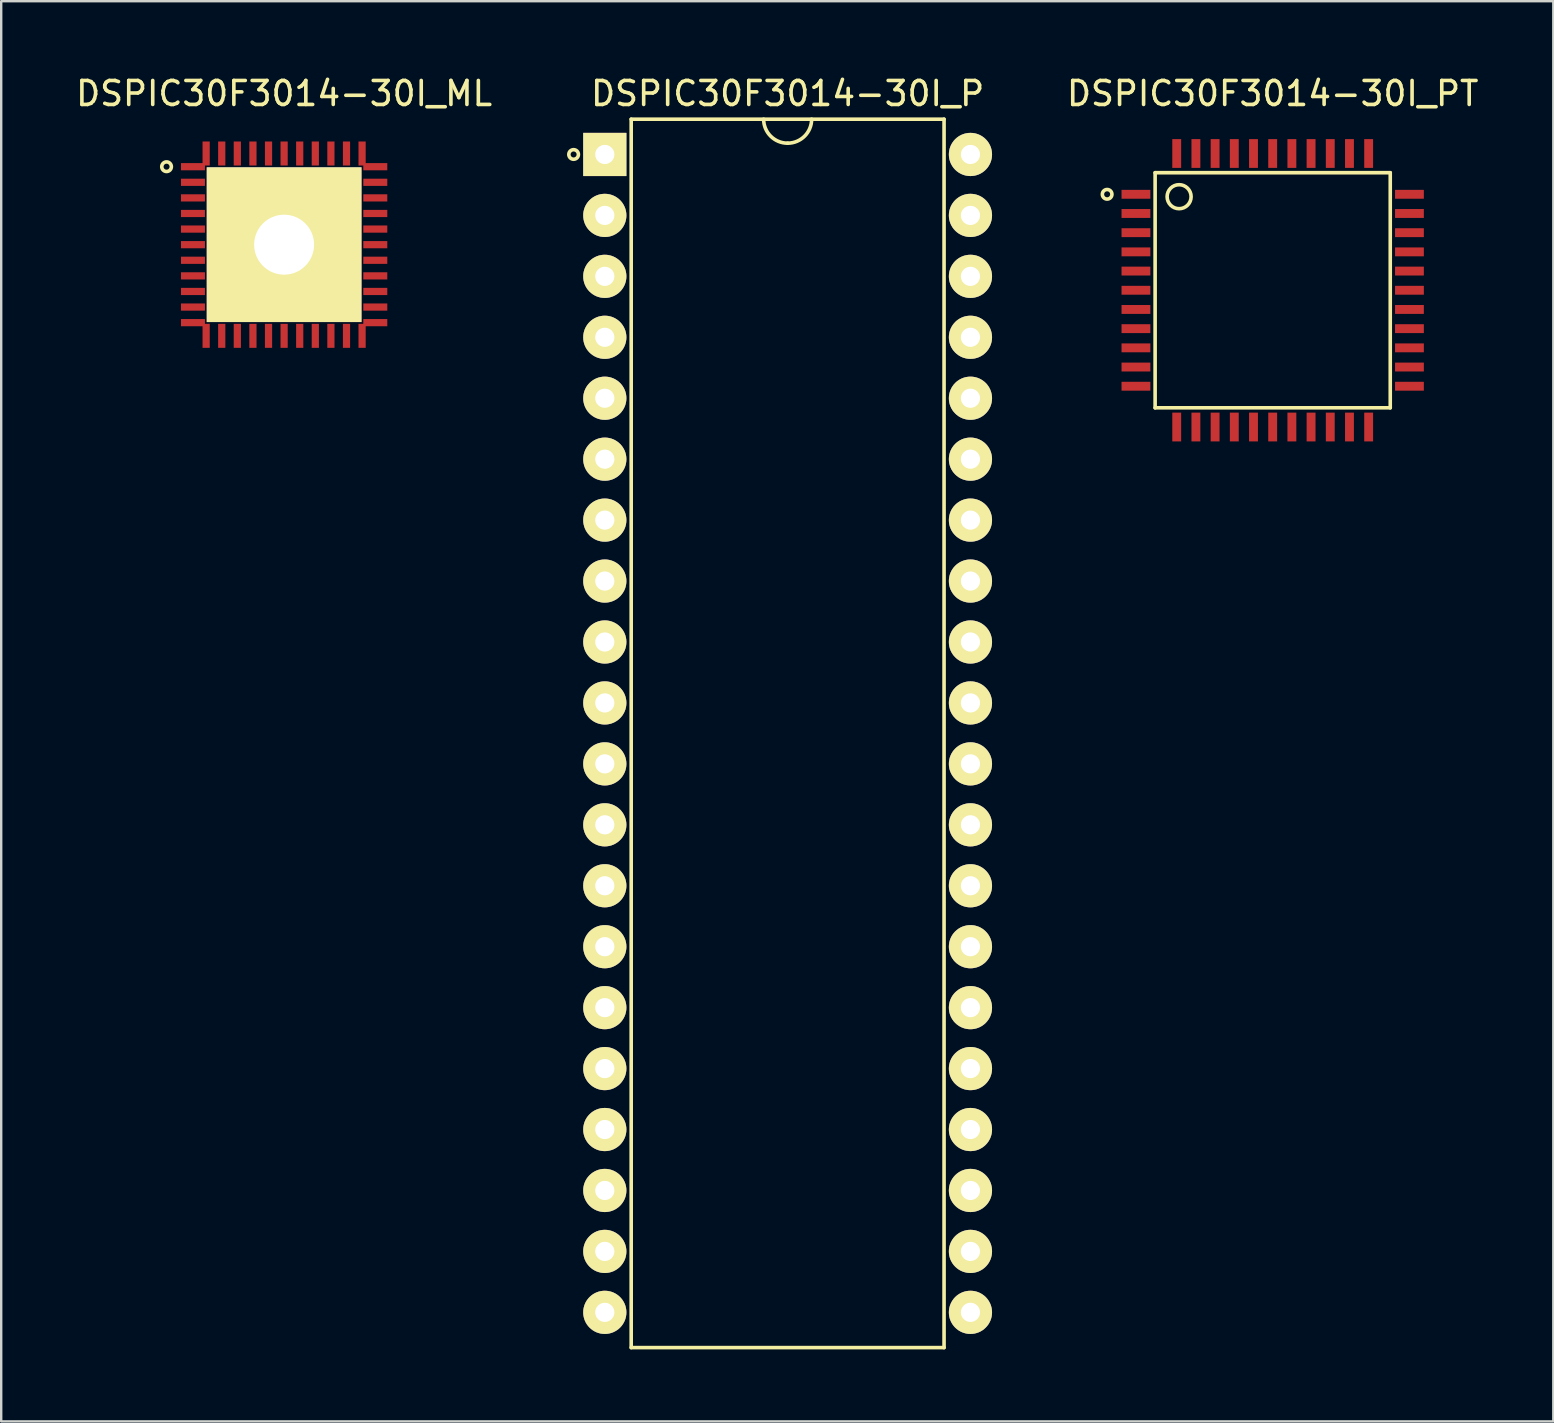
<source format=kicad_pcb>
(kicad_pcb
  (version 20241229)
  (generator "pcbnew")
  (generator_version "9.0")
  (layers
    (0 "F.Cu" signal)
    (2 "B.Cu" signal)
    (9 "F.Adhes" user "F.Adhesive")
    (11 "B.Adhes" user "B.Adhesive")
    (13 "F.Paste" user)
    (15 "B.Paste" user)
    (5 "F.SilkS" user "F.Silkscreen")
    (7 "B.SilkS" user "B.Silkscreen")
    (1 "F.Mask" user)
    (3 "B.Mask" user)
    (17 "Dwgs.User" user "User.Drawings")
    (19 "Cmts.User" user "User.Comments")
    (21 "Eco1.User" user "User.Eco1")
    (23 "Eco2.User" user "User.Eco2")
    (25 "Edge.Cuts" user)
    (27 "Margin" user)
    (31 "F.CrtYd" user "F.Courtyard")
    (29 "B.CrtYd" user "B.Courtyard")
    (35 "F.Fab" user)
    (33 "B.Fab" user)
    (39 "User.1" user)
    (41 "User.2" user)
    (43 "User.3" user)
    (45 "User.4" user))
  (footprint "DSPIC30F3014-30I_P"
    (layer "F.Cu")
    (at 22.158 3.388)
    (property "Reference" "DSPIC30F3014-30I_P" (at 7.62 -2.54 0) (layer "F.SilkS") (effects (font (size 1 1) (thickness 0.15))))
    (attr through_hole)
    (fp_line (start 1.1 -1.47) (end 14.14 -1.47) (stroke (width 0.15) (type solid)) (layer "F.SilkS"))
    (fp_line (start 1.1 49.73) (end 1.1 -1.47) (stroke (width 0.15) (type solid)) (layer "F.SilkS"))
    (fp_line (start 14.14 -1.47) (end 14.14 49.73) (stroke (width 0.15) (type solid)) (layer "F.SilkS"))
    (fp_line (start 14.14 49.73) (end 1.1 49.73) (stroke (width 0.15) (type solid)) (layer "F.SilkS"))
    (fp_arc (start 7.62 -0.47) (mid 6.912893 -0.762893) (end 6.62 -1.47) (stroke (width 0.15) (type solid)) (layer "F.SilkS"))
    (fp_arc (start 8.62 -1.47) (mid 8.327107 -0.762893) (end 7.62 -0.47) (stroke (width 0.15) (type solid)) (layer "F.SilkS"))
    (fp_circle (center -1.3 0) (end -1.3 0.2) (stroke (width 0.15) (type solid)) (fill no) (layer "F.SilkS"))
    (pad "1" thru_hole rect (at 0 0) (size 1.8 1.8) (drill 0.8) (layers "*.Cu" "*.Mask" "F.SilkS"))
    (pad "2" thru_hole circle (at 0 2.54) (size 1.8 1.8) (drill 0.8) (layers "*.Cu" "*.Mask" "F.SilkS"))
    (pad "3" thru_hole circle (at 0 5.08) (size 1.8 1.8) (drill 0.8) (layers "*.Cu" "*.Mask" "F.SilkS"))
    (pad "4" thru_hole circle (at 0 7.62) (size 1.8 1.8) (drill 0.8) (layers "*.Cu" "*.Mask" "F.SilkS"))
    (pad "5" thru_hole circle (at 0 10.16) (size 1.8 1.8) (drill 0.8) (layers "*.Cu" "*.Mask" "F.SilkS"))
    (pad "6" thru_hole circle (at 0 12.7) (size 1.8 1.8) (drill 0.8) (layers "*.Cu" "*.Mask" "F.SilkS"))
    (pad "7" thru_hole circle (at 0 15.24) (size 1.8 1.8) (drill 0.8) (layers "*.Cu" "*.Mask" "F.SilkS"))
    (pad "8" thru_hole circle (at 0 17.78) (size 1.8 1.8) (drill 0.8) (layers "*.Cu" "*.Mask" "F.SilkS"))
    (pad "9" thru_hole circle (at 0 20.32) (size 1.8 1.8) (drill 0.8) (layers "*.Cu" "*.Mask" "F.SilkS"))
    (pad "10" thru_hole circle (at 0 22.86) (size 1.8 1.8) (drill 0.8) (layers "*.Cu" "*.Mask" "F.SilkS"))
    (pad "11" thru_hole circle (at 0 25.4) (size 1.8 1.8) (drill 0.8) (layers "*.Cu" "*.Mask" "F.SilkS"))
    (pad "12" thru_hole circle (at 0 27.94) (size 1.8 1.8) (drill 0.8) (layers "*.Cu" "*.Mask" "F.SilkS"))
    (pad "13" thru_hole circle (at 0 30.48) (size 1.8 1.8) (drill 0.8) (layers "*.Cu" "*.Mask" "F.SilkS"))
    (pad "14" thru_hole circle (at 0 33.02) (size 1.8 1.8) (drill 0.8) (layers "*.Cu" "*.Mask" "F.SilkS"))
    (pad "15" thru_hole circle (at 0 35.56) (size 1.8 1.8) (drill 0.8) (layers "*.Cu" "*.Mask" "F.SilkS"))
    (pad "16" thru_hole circle (at 0 38.1) (size 1.8 1.8) (drill 0.8) (layers "*.Cu" "*.Mask" "F.SilkS"))
    (pad "17" thru_hole circle (at 0 40.64) (size 1.8 1.8) (drill 0.8) (layers "*.Cu" "*.Mask" "F.SilkS"))
    (pad "18" thru_hole circle (at 0 43.18) (size 1.8 1.8) (drill 0.8) (layers "*.Cu" "*.Mask" "F.SilkS"))
    (pad "19" thru_hole circle (at 0 45.72) (size 1.8 1.8) (drill 0.8) (layers "*.Cu" "*.Mask" "F.SilkS"))
    (pad "20" thru_hole circle (at 0 48.26) (size 1.8 1.8) (drill 0.8) (layers "*.Cu" "*.Mask" "F.SilkS"))
    (pad "21" thru_hole circle (at 15.24 48.26) (size 1.8 1.8) (drill 0.8) (layers "*.Cu" "*.Mask" "F.SilkS"))
    (pad "22" thru_hole circle (at 15.24 45.72) (size 1.8 1.8) (drill 0.8) (layers "*.Cu" "*.Mask" "F.SilkS"))
    (pad "23" thru_hole circle (at 15.24 43.18) (size 1.8 1.8) (drill 0.8) (layers "*.Cu" "*.Mask" "F.SilkS"))
    (pad "24" thru_hole circle (at 15.24 40.64) (size 1.8 1.8) (drill 0.8) (layers "*.Cu" "*.Mask" "F.SilkS"))
    (pad "25" thru_hole circle (at 15.24 38.1) (size 1.8 1.8) (drill 0.8) (layers "*.Cu" "*.Mask" "F.SilkS"))
    (pad "26" thru_hole circle (at 15.24 35.56) (size 1.8 1.8) (drill 0.8) (layers "*.Cu" "*.Mask" "F.SilkS"))
    (pad "27" thru_hole circle (at 15.24 33.02) (size 1.8 1.8) (drill 0.8) (layers "*.Cu" "*.Mask" "F.SilkS"))
    (pad "28" thru_hole circle (at 15.24 30.48) (size 1.8 1.8) (drill 0.8) (layers "*.Cu" "*.Mask" "F.SilkS"))
    (pad "29" thru_hole circle (at 15.24 27.94) (size 1.8 1.8) (drill 0.8) (layers "*.Cu" "*.Mask" "F.SilkS"))
    (pad "30" thru_hole circle (at 15.24 25.4) (size 1.8 1.8) (drill 0.8) (layers "*.Cu" "*.Mask" "F.SilkS"))
    (pad "31" thru_hole circle (at 15.24 22.86) (size 1.8 1.8) (drill 0.8) (layers "*.Cu" "*.Mask" "F.SilkS"))
    (pad "32" thru_hole circle (at 15.24 20.32) (size 1.8 1.8) (drill 0.8) (layers "*.Cu" "*.Mask" "F.SilkS"))
    (pad "33" thru_hole circle (at 15.24 17.78) (size 1.8 1.8) (drill 0.8) (layers "*.Cu" "*.Mask" "F.SilkS"))
    (pad "34" thru_hole circle (at 15.24 15.24) (size 1.8 1.8) (drill 0.8) (layers "*.Cu" "*.Mask" "F.SilkS"))
    (pad "35" thru_hole circle (at 15.24 12.7) (size 1.8 1.8) (drill 0.8) (layers "*.Cu" "*.Mask" "F.SilkS"))
    (pad "36" thru_hole circle (at 15.24 10.16) (size 1.8 1.8) (drill 0.8) (layers "*.Cu" "*.Mask" "F.SilkS"))
    (pad "37" thru_hole circle (at 15.24 7.62) (size 1.8 1.8) (drill 0.8) (layers "*.Cu" "*.Mask" "F.SilkS"))
    (pad "38" thru_hole circle (at 15.24 5.08) (size 1.8 1.8) (drill 0.8) (layers "*.Cu" "*.Mask" "F.SilkS"))
    (pad "39" thru_hole circle (at 15.24 2.54) (size 1.8 1.8) (drill 0.8) (layers "*.Cu" "*.Mask" "F.SilkS"))
    (pad "40" thru_hole circle (at 15.24 0) (size 1.8 1.8) (drill 0.8) (layers "*.Cu" "*.Mask" "F.SilkS")))
  (footprint "DSPIC30F3014-30I_ML"
    (layer "F.Cu")
    (at 4.992 3.348)
    (property "Reference" "DSPIC30F3014-30I_ML" (at 3.8 -2.5 0) (layer "F.SilkS") (effects (font (size 1 1) (thickness 0.15))))
    (attr through_hole)
    (fp_line (start 0.7 0.7) (end 0.7 6.9) (stroke (width 0.15) (type solid)) (layer "F.SilkS"))
    (fp_line (start 0.7 0.7) (end 6.9 0.7) (stroke (width 0.15) (type solid)) (layer "F.SilkS"))
    (fp_line (start 0.7 6.9) (end 6.9 6.9) (stroke (width 0.15) (type solid)) (layer "F.SilkS"))
    (fp_line (start 6.9 6.9) (end 6.9 0.7) (stroke (width 0.15) (type solid)) (layer "F.SilkS"))
    (fp_circle (center -1.1 0.55) (end -1.1 0.35) (stroke (width 0.15) (type solid)) (fill no) (layer "F.SilkS"))
    (fp_circle (center 1.7 1.7) (end 1.7 1.2) (stroke (width 0.15) (type solid)) (fill no) (layer "F.SilkS"))
    (pad "1" smd rect (at 0 0.55) (size 1 0.3) (layers "F.Cu" "F.Mask" "F.Paste"))
    (pad "2" smd rect (at 0 1.2) (size 1 0.3) (layers "F.Cu" "F.Mask" "F.Paste"))
    (pad "3" smd rect (at 0 1.85) (size 1 0.3) (layers "F.Cu" "F.Mask" "F.Paste"))
    (pad "4" smd rect (at 0 2.5) (size 1 0.3) (layers "F.Cu" "F.Mask" "F.Paste"))
    (pad "5" smd rect (at 0 3.15) (size 1 0.3) (layers "F.Cu" "F.Mask" "F.Paste"))
    (pad "6" smd rect (at 0 3.8) (size 1 0.3) (layers "F.Cu" "F.Mask" "F.Paste"))
    (pad "7" smd rect (at 0 4.45) (size 1 0.3) (layers "F.Cu" "F.Mask" "F.Paste"))
    (pad "8" smd rect (at 0 5.1) (size 1 0.3) (layers "F.Cu" "F.Mask" "F.Paste"))
    (pad "9" smd rect (at 0 5.75) (size 1 0.3) (layers "F.Cu" "F.Mask" "F.Paste"))
    (pad "10" smd rect (at 0 6.4) (size 1 0.3) (layers "F.Cu" "F.Mask" "F.Paste"))
    (pad "11" smd rect (at 0 7.05) (size 1 0.3) (layers "F.Cu" "F.Mask" "F.Paste"))
    (pad "12" smd rect (at 0.55 7.6) (size 0.3 1) (layers "F.Cu" "F.Mask" "F.Paste"))
    (pad "13" smd rect (at 1.2 7.6) (size 0.3 1) (layers "F.Cu" "F.Mask" "F.Paste"))
    (pad "14" smd rect (at 1.85 7.6) (size 0.3 1) (layers "F.Cu" "F.Mask" "F.Paste"))
    (pad "15" smd rect (at 2.5 7.6) (size 0.3 1) (layers "F.Cu" "F.Mask" "F.Paste"))
    (pad "16" smd rect (at 3.15 7.6) (size 0.3 1) (layers "F.Cu" "F.Mask" "F.Paste"))
    (pad "17" smd rect (at 3.8 7.6) (size 0.3 1) (layers "F.Cu" "F.Mask" "F.Paste"))
    (pad "18" smd rect (at 4.45 7.6) (size 0.3 1) (layers "F.Cu" "F.Mask" "F.Paste"))
    (pad "19" smd rect (at 5.1 7.6) (size 0.3 1) (layers "F.Cu" "F.Mask" "F.Paste"))
    (pad "20" smd rect (at 5.75 7.6) (size 0.3 1) (layers "F.Cu" "F.Mask" "F.Paste"))
    (pad "21" smd rect (at 6.4 7.6) (size 0.3 1) (layers "F.Cu" "F.Mask" "F.Paste"))
    (pad "22" smd rect (at 7.05 7.6) (size 0.3 1) (layers "F.Cu" "F.Mask" "F.Paste"))
    (pad "23" smd rect (at 7.6 7.05) (size 1 0.3) (layers "F.Cu" "F.Mask" "F.Paste"))
    (pad "24" smd rect (at 7.6 6.4) (size 1 0.3) (layers "F.Cu" "F.Mask" "F.Paste"))
    (pad "25" smd rect (at 7.6 5.75) (size 1 0.3) (layers "F.Cu" "F.Mask" "F.Paste"))
    (pad "26" smd rect (at 7.6 5.1) (size 1 0.3) (layers "F.Cu" "F.Mask" "F.Paste"))
    (pad "27" smd rect (at 7.6 4.45) (size 1 0.3) (layers "F.Cu" "F.Mask" "F.Paste"))
    (pad "28" smd rect (at 7.6 3.8) (size 1 0.3) (layers "F.Cu" "F.Mask" "F.Paste"))
    (pad "29" smd rect (at 7.6 3.15) (size 1 0.3) (layers "F.Cu" "F.Mask" "F.Paste"))
    (pad "30" smd rect (at 7.6 2.5) (size 1 0.3) (layers "F.Cu" "F.Mask" "F.Paste"))
    (pad "31" smd rect (at 7.6 1.85) (size 1 0.3) (layers "F.Cu" "F.Mask" "F.Paste"))
    (pad "32" smd rect (at 7.6 1.2) (size 1 0.3) (layers "F.Cu" "F.Mask" "F.Paste"))
    (pad "33" smd rect (at 7.6 0.55) (size 1 0.3) (layers "F.Cu" "F.Mask" "F.Paste"))
    (pad "34" smd rect (at 7.05 0) (size 0.3 1) (layers "F.Cu" "F.Mask" "F.Paste"))
    (pad "35" smd rect (at 6.4 0) (size 0.3 1) (layers "F.Cu" "F.Mask" "F.Paste"))
    (pad "36" smd rect (at 5.75 0) (size 0.3 1) (layers "F.Cu" "F.Mask" "F.Paste"))
    (pad "37" smd rect (at 5.1 0) (size 0.3 1) (layers "F.Cu" "F.Mask" "F.Paste"))
    (pad "38" smd rect (at 4.45 0) (size 0.3 1) (layers "F.Cu" "F.Mask" "F.Paste"))
    (pad "39" smd rect (at 3.8 0) (size 0.3 1) (layers "F.Cu" "F.Mask" "F.Paste"))
    (pad "40" smd rect (at 3.15 0) (size 0.3 1) (layers "F.Cu" "F.Mask" "F.Paste"))
    (pad "41" smd rect (at 2.5 0) (size 0.3 1) (layers "F.Cu" "F.Mask" "F.Paste"))
    (pad "42" smd rect (at 1.85 0) (size 0.3 1) (layers "F.Cu" "F.Mask" "F.Paste"))
    (pad "43" smd rect (at 1.2 0) (size 0.3 1) (layers "F.Cu" "F.Mask" "F.Paste"))
    (pad "44" smd rect (at 0.55 0) (size 0.3 1) (layers "F.Cu" "F.Mask" "F.Paste"))
    (pad "999" thru_hole rect (at 3.8 3.8) (size 6.45 6.45) (drill 2.5) (layers "*.Cu" "*.Mask" "F.SilkS")))
  (footprint "DSPIC30F3014-30I_PT"
    (layer "F.Cu")
    (at 44.295 3.348)
    (property "Reference" "DSPIC30F3014-30I_PT" (at 5.7 -2.5 0) (layer "F.SilkS") (effects (font (size 1 1) (thickness 0.15))))
    (attr through_hole)
    (fp_line (start 0.8 0.8) (end 0.8 10.6) (stroke (width 0.15) (type solid)) (layer "F.SilkS"))
    (fp_line (start 0.8 0.8) (end 10.6 0.8) (stroke (width 0.15) (type solid)) (layer "F.SilkS"))
    (fp_line (start 0.8 10.6) (end 10.6 10.6) (stroke (width 0.15) (type solid)) (layer "F.SilkS"))
    (fp_line (start 10.6 10.6) (end 10.6 0.8) (stroke (width 0.15) (type solid)) (layer "F.SilkS"))
    (fp_circle (center -1.2 1.7) (end -1.2 1.5) (stroke (width 0.15) (type solid)) (fill no) (layer "F.SilkS"))
    (fp_circle (center 1.8 1.8) (end 1.8 1.3) (stroke (width 0.15) (type solid)) (fill no) (layer "F.SilkS"))
    (pad "1" smd rect (at 0 1.7) (size 1.2 0.37) (layers "F.Cu" "F.Mask" "F.Paste"))
    (pad "2" smd rect (at 0 2.5) (size 1.2 0.37) (layers "F.Cu" "F.Mask" "F.Paste"))
    (pad "3" smd rect (at 0 3.3) (size 1.2 0.37) (layers "F.Cu" "F.Mask" "F.Paste"))
    (pad "4" smd rect (at 0 4.1) (size 1.2 0.37) (layers "F.Cu" "F.Mask" "F.Paste"))
    (pad "5" smd rect (at 0 4.9) (size 1.2 0.37) (layers "F.Cu" "F.Mask" "F.Paste"))
    (pad "6" smd rect (at 0 5.7) (size 1.2 0.37) (layers "F.Cu" "F.Mask" "F.Paste"))
    (pad "7" smd rect (at 0 6.5) (size 1.2 0.37) (layers "F.Cu" "F.Mask" "F.Paste"))
    (pad "8" smd rect (at 0 7.3) (size 1.2 0.37) (layers "F.Cu" "F.Mask" "F.Paste"))
    (pad "9" smd rect (at 0 8.1) (size 1.2 0.37) (layers "F.Cu" "F.Mask" "F.Paste"))
    (pad "10" smd rect (at 0 8.9) (size 1.2 0.37) (layers "F.Cu" "F.Mask" "F.Paste"))
    (pad "11" smd rect (at 0 9.7) (size 1.2 0.37) (layers "F.Cu" "F.Mask" "F.Paste"))
    (pad "12" smd rect (at 1.7 11.4) (size 0.37 1.2) (layers "F.Cu" "F.Mask" "F.Paste"))
    (pad "13" smd rect (at 2.5 11.4) (size 0.37 1.2) (layers "F.Cu" "F.Mask" "F.Paste"))
    (pad "14" smd rect (at 3.3 11.4) (size 0.37 1.2) (layers "F.Cu" "F.Mask" "F.Paste"))
    (pad "15" smd rect (at 4.1 11.4) (size 0.37 1.2) (layers "F.Cu" "F.Mask" "F.Paste"))
    (pad "16" smd rect (at 4.9 11.4) (size 0.37 1.2) (layers "F.Cu" "F.Mask" "F.Paste"))
    (pad "17" smd rect (at 5.7 11.4) (size 0.37 1.2) (layers "F.Cu" "F.Mask" "F.Paste"))
    (pad "18" smd rect (at 6.5 11.4) (size 0.37 1.2) (layers "F.Cu" "F.Mask" "F.Paste"))
    (pad "19" smd rect (at 7.3 11.4) (size 0.37 1.2) (layers "F.Cu" "F.Mask" "F.Paste"))
    (pad "20" smd rect (at 8.1 11.4) (size 0.37 1.2) (layers "F.Cu" "F.Mask" "F.Paste"))
    (pad "21" smd rect (at 8.9 11.4) (size 0.37 1.2) (layers "F.Cu" "F.Mask" "F.Paste"))
    (pad "22" smd rect (at 9.7 11.4) (size 0.37 1.2) (layers "F.Cu" "F.Mask" "F.Paste"))
    (pad "23" smd rect (at 11.4 9.7) (size 1.2 0.37) (layers "F.Cu" "F.Mask" "F.Paste"))
    (pad "24" smd rect (at 11.4 8.9) (size 1.2 0.37) (layers "F.Cu" "F.Mask" "F.Paste"))
    (pad "25" smd rect (at 11.4 8.1) (size 1.2 0.37) (layers "F.Cu" "F.Mask" "F.Paste"))
    (pad "26" smd rect (at 11.4 7.3) (size 1.2 0.37) (layers "F.Cu" "F.Mask" "F.Paste"))
    (pad "27" smd rect (at 11.4 6.5) (size 1.2 0.37) (layers "F.Cu" "F.Mask" "F.Paste"))
    (pad "28" smd rect (at 11.4 5.7) (size 1.2 0.37) (layers "F.Cu" "F.Mask" "F.Paste"))
    (pad "29" smd rect (at 11.4 4.9) (size 1.2 0.37) (layers "F.Cu" "F.Mask" "F.Paste"))
    (pad "30" smd rect (at 11.4 4.1) (size 1.2 0.37) (layers "F.Cu" "F.Mask" "F.Paste"))
    (pad "31" smd rect (at 11.4 3.3) (size 1.2 0.37) (layers "F.Cu" "F.Mask" "F.Paste"))
    (pad "32" smd rect (at 11.4 2.5) (size 1.2 0.37) (layers "F.Cu" "F.Mask" "F.Paste"))
    (pad "33" smd rect (at 11.4 1.7) (size 1.2 0.37) (layers "F.Cu" "F.Mask" "F.Paste"))
    (pad "34" smd rect (at 9.7 0) (size 0.37 1.2) (layers "F.Cu" "F.Mask" "F.Paste"))
    (pad "35" smd rect (at 8.9 0) (size 0.37 1.2) (layers "F.Cu" "F.Mask" "F.Paste"))
    (pad "36" smd rect (at 8.1 0) (size 0.37 1.2) (layers "F.Cu" "F.Mask" "F.Paste"))
    (pad "37" smd rect (at 7.3 0) (size 0.37 1.2) (layers "F.Cu" "F.Mask" "F.Paste"))
    (pad "38" smd rect (at 6.5 0) (size 0.37 1.2) (layers "F.Cu" "F.Mask" "F.Paste"))
    (pad "39" smd rect (at 5.7 0) (size 0.37 1.2) (layers "F.Cu" "F.Mask" "F.Paste"))
    (pad "40" smd rect (at 4.9 0) (size 0.37 1.2) (layers "F.Cu" "F.Mask" "F.Paste"))
    (pad "41" smd rect (at 4.1 0) (size 0.37 1.2) (layers "F.Cu" "F.Mask" "F.Paste"))
    (pad "42" smd rect (at 3.3 0) (size 0.37 1.2) (layers "F.Cu" "F.Mask" "F.Paste"))
    (pad "43" smd rect (at 2.5 0) (size 0.37 1.2) (layers "F.Cu" "F.Mask" "F.Paste"))
    (pad "44" smd rect (at 1.7 0) (size 0.37 1.2) (layers "F.Cu" "F.Mask" "F.Paste")))
  (gr_rect
    (start -3 -3)
    (end 61.691 56.193)
    (stroke (width 0.1) (type default))
    (fill no)
    (layer "Edge.Cuts")))
</source>
